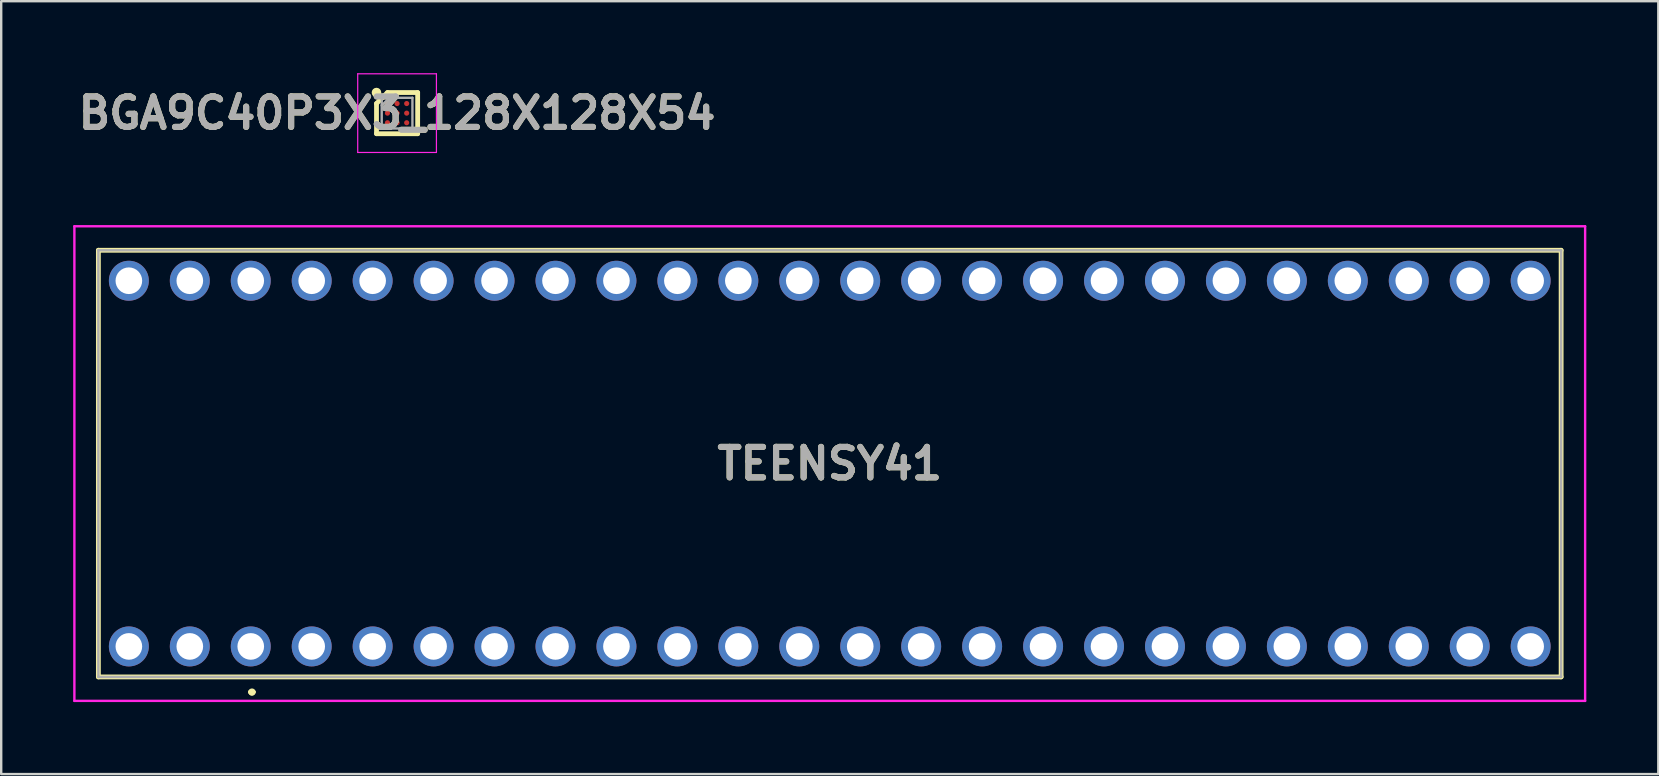
<source format=kicad_pcb>
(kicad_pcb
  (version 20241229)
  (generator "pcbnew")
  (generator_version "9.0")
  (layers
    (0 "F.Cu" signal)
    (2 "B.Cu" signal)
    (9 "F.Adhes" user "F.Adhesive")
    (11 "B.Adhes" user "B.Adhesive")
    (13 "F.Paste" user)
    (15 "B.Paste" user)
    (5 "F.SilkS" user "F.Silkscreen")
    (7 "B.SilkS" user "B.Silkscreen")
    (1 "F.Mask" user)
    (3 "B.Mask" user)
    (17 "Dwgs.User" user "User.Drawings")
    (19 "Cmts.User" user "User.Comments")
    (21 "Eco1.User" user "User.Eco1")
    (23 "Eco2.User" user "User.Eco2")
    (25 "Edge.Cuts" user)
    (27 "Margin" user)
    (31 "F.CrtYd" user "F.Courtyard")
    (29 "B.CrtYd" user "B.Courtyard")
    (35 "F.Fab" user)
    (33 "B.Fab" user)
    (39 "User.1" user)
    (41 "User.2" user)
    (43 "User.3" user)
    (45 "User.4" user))
  (footprint "TEENSY41"
    (layer "F.Cu")
    (at 7.4 23.89)
    (property "Reference" "TEENSY41" (at 24.13 -7.62 0) (layer "F.SilkS") (effects (font (size 1.27 1.27) (thickness 0.254))))
    (attr through_hole)
    (fp_line (start -6.35 -16.51) (end -6.35 1.27) (stroke (width 0.2) (type solid)) (layer "F.SilkS"))
    (fp_line (start -6.35 1.27) (end 54.61 1.27) (stroke (width 0.2) (type solid)) (layer "F.SilkS"))
    (fp_line (start 0 1.9) (end 0 1.9) (stroke (width 0.2) (type solid)) (layer "F.SilkS"))
    (fp_line (start 0 1.9) (end 0 1.9) (stroke (width 0.2) (type solid)) (layer "F.SilkS"))
    (fp_line (start 0.1 1.9) (end 0.1 1.9) (stroke (width 0.2) (type solid)) (layer "F.SilkS"))
    (fp_line (start 54.61 -16.51) (end -6.35 -16.51) (stroke (width 0.2) (type solid)) (layer "F.SilkS"))
    (fp_line (start 54.61 1.27) (end 54.61 -16.51) (stroke (width 0.2) (type solid)) (layer "F.SilkS"))
    (fp_arc (start 0 1.9) (mid 0.05 1.85) (end 0.1 1.9) (stroke (width 0.2) (type solid)) (layer "F.SilkS"))
    (fp_arc (start 0.1 1.9) (mid 0.05 1.95) (end 0 1.9) (stroke (width 0.2) (type solid)) (layer "F.SilkS"))
    (fp_arc (start 0.1 1.9) (mid 0.05 1.95) (end 0 1.9) (stroke (width 0.2) (type solid)) (layer "F.SilkS"))
    (fp_line (start -7.35 -17.51) (end 55.61 -17.51) (stroke (width 0.1) (type solid)) (layer "F.CrtYd"))
    (fp_line (start -7.35 2.27) (end -7.35 -17.51) (stroke (width 0.1) (type solid)) (layer "F.CrtYd"))
    (fp_line (start 55.61 -17.51) (end 55.61 2.27) (stroke (width 0.1) (type solid)) (layer "F.CrtYd"))
    (fp_line (start 55.61 2.27) (end -7.35 2.27) (stroke (width 0.1) (type solid)) (layer "F.CrtYd"))
    (fp_line (start -6.35 -16.51) (end -6.35 1.27) (stroke (width 0.1) (type solid)) (layer "F.Fab"))
    (fp_line (start -6.35 1.27) (end 54.61 1.27) (stroke (width 0.1) (type solid)) (layer "F.Fab"))
    (fp_line (start 54.61 -16.51) (end -6.35 -16.51) (stroke (width 0.1) (type solid)) (layer "F.Fab"))
    (fp_line (start 54.61 1.27) (end 54.61 -16.51) (stroke (width 0.1) (type solid)) (layer "F.Fab"))
    (fp_text user "${REFERENCE}" (at 24.13 -7.62 0) (layer "F.Fab") (effects (font (size 1.27 1.27) (thickness 0.254))))
    (pad "1" thru_hole circle (at 0 0) (size 1.665 1.665) (drill 1.11) (layers "*.Cu" "*.Mask"))
    (pad "2" thru_hole circle (at 2.54 0) (size 1.665 1.665) (drill 1.11) (layers "*.Cu" "*.Mask"))
    (pad "3" thru_hole circle (at 5.08 0) (size 1.665 1.665) (drill 1.11) (layers "*.Cu" "*.Mask"))
    (pad "4" thru_hole circle (at 7.62 0) (size 1.665 1.665) (drill 1.11) (layers "*.Cu" "*.Mask"))
    (pad "5" thru_hole circle (at 10.16 0) (size 1.665 1.665) (drill 1.11) (layers "*.Cu" "*.Mask"))
    (pad "6" thru_hole circle (at 12.7 0) (size 1.665 1.665) (drill 1.11) (layers "*.Cu" "*.Mask"))
    (pad "7" thru_hole circle (at 15.24 0) (size 1.665 1.665) (drill 1.11) (layers "*.Cu" "*.Mask"))
    (pad "8" thru_hole circle (at 17.78 0) (size 1.665 1.665) (drill 1.11) (layers "*.Cu" "*.Mask"))
    (pad "9" thru_hole circle (at 20.32 0) (size 1.665 1.665) (drill 1.11) (layers "*.Cu" "*.Mask"))
    (pad "10" thru_hole circle (at 22.86 0) (size 1.665 1.665) (drill 1.11) (layers "*.Cu" "*.Mask"))
    (pad "11" thru_hole circle (at 25.4 0) (size 1.665 1.665) (drill 1.11) (layers "*.Cu" "*.Mask"))
    (pad "12" thru_hole circle (at 27.94 0) (size 1.665 1.665) (drill 1.11) (layers "*.Cu" "*.Mask"))
    (pad "13" thru_hole circle (at 27.94 -15.24) (size 1.665 1.665) (drill 1.11) (layers "*.Cu" "*.Mask"))
    (pad "14" thru_hole circle (at 25.4 -15.24) (size 1.665 1.665) (drill 1.11) (layers "*.Cu" "*.Mask"))
    (pad "15" thru_hole circle (at 22.86 -15.24) (size 1.665 1.665) (drill 1.11) (layers "*.Cu" "*.Mask"))
    (pad "16" thru_hole circle (at 20.32 -15.24) (size 1.665 1.665) (drill 1.11) (layers "*.Cu" "*.Mask"))
    (pad "17" thru_hole circle (at 17.78 -15.24) (size 1.665 1.665) (drill 1.11) (layers "*.Cu" "*.Mask"))
    (pad "18" thru_hole circle (at 15.24 -15.24) (size 1.665 1.665) (drill 1.11) (layers "*.Cu" "*.Mask"))
    (pad "19" thru_hole circle (at 12.7 -15.24) (size 1.665 1.665) (drill 1.11) (layers "*.Cu" "*.Mask"))
    (pad "20" thru_hole circle (at 10.16 -15.24) (size 1.665 1.665) (drill 1.11) (layers "*.Cu" "*.Mask"))
    (pad "21" thru_hole circle (at 7.62 -15.24) (size 1.665 1.665) (drill 1.11) (layers "*.Cu" "*.Mask"))
    (pad "22" thru_hole circle (at 5.08 -15.24) (size 1.665 1.665) (drill 1.11) (layers "*.Cu" "*.Mask"))
    (pad "23" thru_hole circle (at 2.54 -15.24) (size 1.665 1.665) (drill 1.11) (layers "*.Cu" "*.Mask"))
    (pad "24" thru_hole circle (at 33.02 0) (size 1.665 1.665) (drill 1.11) (layers "*.Cu" "*.Mask"))
    (pad "25" thru_hole circle (at 35.56 0) (size 1.665 1.665) (drill 1.11) (layers "*.Cu" "*.Mask"))
    (pad "26" thru_hole circle (at 38.1 0) (size 1.665 1.665) (drill 1.11) (layers "*.Cu" "*.Mask"))
    (pad "27" thru_hole circle (at 40.64 0) (size 1.665 1.665) (drill 1.11) (layers "*.Cu" "*.Mask"))
    (pad "28" thru_hole circle (at 43.18 0) (size 1.665 1.665) (drill 1.11) (layers "*.Cu" "*.Mask"))
    (pad "29" thru_hole circle (at 45.72 0) (size 1.665 1.665) (drill 1.11) (layers "*.Cu" "*.Mask"))
    (pad "30" thru_hole circle (at 48.26 0) (size 1.665 1.665) (drill 1.11) (layers "*.Cu" "*.Mask"))
    (pad "31" thru_hole circle (at 50.8 0) (size 1.665 1.665) (drill 1.11) (layers "*.Cu" "*.Mask"))
    (pad "32" thru_hole circle (at 53.34 0) (size 1.665 1.665) (drill 1.11) (layers "*.Cu" "*.Mask"))
    (pad "33" thru_hole circle (at 53.34 -15.24) (size 1.665 1.665) (drill 1.11) (layers "*.Cu" "*.Mask"))
    (pad "34" thru_hole circle (at 50.8 -15.24) (size 1.665 1.665) (drill 1.11) (layers "*.Cu" "*.Mask"))
    (pad "35" thru_hole circle (at 48.26 -15.24) (size 1.665 1.665) (drill 1.11) (layers "*.Cu" "*.Mask"))
    (pad "36" thru_hole circle (at 45.72 -15.24) (size 1.665 1.665) (drill 1.11) (layers "*.Cu" "*.Mask"))
    (pad "37" thru_hole circle (at 43.18 -15.24) (size 1.665 1.665) (drill 1.11) (layers "*.Cu" "*.Mask"))
    (pad "38" thru_hole circle (at 40.64 -15.24) (size 1.665 1.665) (drill 1.11) (layers "*.Cu" "*.Mask"))
    (pad "39" thru_hole circle (at 38.1 -15.24) (size 1.665 1.665) (drill 1.11) (layers "*.Cu" "*.Mask"))
    (pad "40" thru_hole circle (at 35.56 -15.24) (size 1.665 1.665) (drill 1.11) (layers "*.Cu" "*.Mask"))
    (pad "41" thru_hole circle (at 33.02 -15.24) (size 1.665 1.665) (drill 1.11) (layers "*.Cu" "*.Mask"))
    (pad "42" thru_hole circle (at 30.48 0) (size 1.665 1.665) (drill 1.11) (layers "*.Cu" "*.Mask"))
    (pad "53" thru_hole circle (at 0 -15.24) (size 1.665 1.665) (drill 1.11) (layers "*.Cu" "*.Mask"))
    (pad "55" thru_hole circle (at -5.08 -15.24) (size 1.665 1.665) (drill 1.11) (layers "*.Cu" "*.Mask"))
    (pad "57" thru_hole circle (at -2.54 0) (size 1.665 1.665) (drill 1.11) (layers "*.Cu" "*.Mask"))
    (pad "69" thru_hole circle (at 30.48 -15.24) (size 1.665 1.665) (drill 1.11) (layers "*.Cu" "*.Mask"))
    (pad "70" thru_hole circle (at -2.54 -15.24) (size 1.665 1.665) (drill 1.11) (layers "*.Cu" "*.Mask"))
    (pad "71" thru_hole circle (at -5.08 0) (size 1.665 1.665) (drill 1.11) (layers "*.Cu" "*.Mask")))
  (footprint "BGA9C40P3X3_128X128X54"
    (layer "F.Cu")
    (at 13.498 1.665)
    (property "Reference" "BGA9C40P3X3_128X128X54" (at 0 0 0) (layer "F.SilkS") (effects (font (size 1.27 1.27) (thickness 0.254))))
    (attr smd)
    (fp_line (start -0.857 -0.401) (end -0.399 -0.859) (stroke (width 0.2) (type solid)) (layer "F.SilkS"))
    (fp_line (start -0.857 0.857) (end -0.857 -0.401) (stroke (width 0.2) (type solid)) (layer "F.SilkS"))
    (fp_line (start -0.4 -0.858) (end 0.858 -0.858) (stroke (width 0.2) (type solid)) (layer "F.SilkS"))
    (fp_line (start 0.858 -0.858) (end 0.858 0.857) (stroke (width 0.2) (type solid)) (layer "F.SilkS"))
    (fp_line (start 0.858 0.857) (end -0.857 0.857) (stroke (width 0.2) (type solid)) (layer "F.SilkS"))
    (fp_circle (center -0.858 -0.858) (end -0.858 -0.758) (stroke (width 0.2) (type solid)) (fill no) (layer "F.SilkS"))
    (fp_line (start -1.64 -1.64) (end 1.64 -1.64) (stroke (width 0.05) (type solid)) (layer "F.CrtYd"))
    (fp_line (start -1.64 1.64) (end -1.64 -1.64) (stroke (width 0.05) (type solid)) (layer "F.CrtYd"))
    (fp_line (start 1.64 -1.64) (end 1.64 1.64) (stroke (width 0.05) (type solid)) (layer "F.CrtYd"))
    (fp_line (start 1.64 1.64) (end -1.64 1.64) (stroke (width 0.05) (type solid)) (layer "F.CrtYd"))
    (fp_line (start -0.64 -0.64) (end 0.64 -0.64) (stroke (width 0.1) (type solid)) (layer "F.Fab"))
    (fp_line (start -0.64 -0.32) (end -0.32 -0.64) (stroke (width 0.1) (type solid)) (layer "F.Fab"))
    (fp_line (start -0.64 0.64) (end -0.64 -0.64) (stroke (width 0.1) (type solid)) (layer "F.Fab"))
    (fp_line (start 0.64 -0.64) (end 0.64 0.64) (stroke (width 0.1) (type solid)) (layer "F.Fab"))
    (fp_line (start 0.64 0.64) (end -0.64 0.64) (stroke (width 0.1) (type solid)) (layer "F.Fab"))
    (fp_text user "${REFERENCE}" (at 0 0 0) (layer "F.Fab") (effects (font (size 1.27 1.27) (thickness 0.254))))
    (pad "A1" smd circle (at -0.4 -0.4 90) (size 0.215 0.215) (layers "F.Cu" "F.Mask" "F.Paste"))
    (pad "A2" smd circle (at 0 -0.4 90) (size 0.215 0.215) (layers "F.Cu" "F.Mask" "F.Paste"))
    (pad "A3" smd circle (at 0.4 -0.4 90) (size 0.215 0.215) (layers "F.Cu" "F.Mask" "F.Paste"))
    (pad "B1" smd circle (at -0.4 0 90) (size 0.215 0.215) (layers "F.Cu" "F.Mask" "F.Paste"))
    (pad "B2" smd circle (at 0 0 90) (size 0.215 0.215) (layers "F.Cu" "F.Mask" "F.Paste"))
    (pad "B3" smd circle (at 0.4 0 90) (size 0.215 0.215) (layers "F.Cu" "F.Mask" "F.Paste"))
    (pad "C1" smd circle (at -0.4 0.4 90) (size 0.215 0.215) (layers "F.Cu" "F.Mask" "F.Paste"))
    (pad "C2" smd circle (at 0 0.4 90) (size 0.215 0.215) (layers "F.Cu" "F.Mask" "F.Paste"))
    (pad "C3" smd circle (at 0.4 0.4 90) (size 0.215 0.215) (layers "F.Cu" "F.Mask" "F.Paste")))
  (gr_rect
    (start -3 -3)
    (end 66.06 29.21)
    (stroke (width 0.1) (type default))
    (fill no)
    (layer "Edge.Cuts")))
</source>
